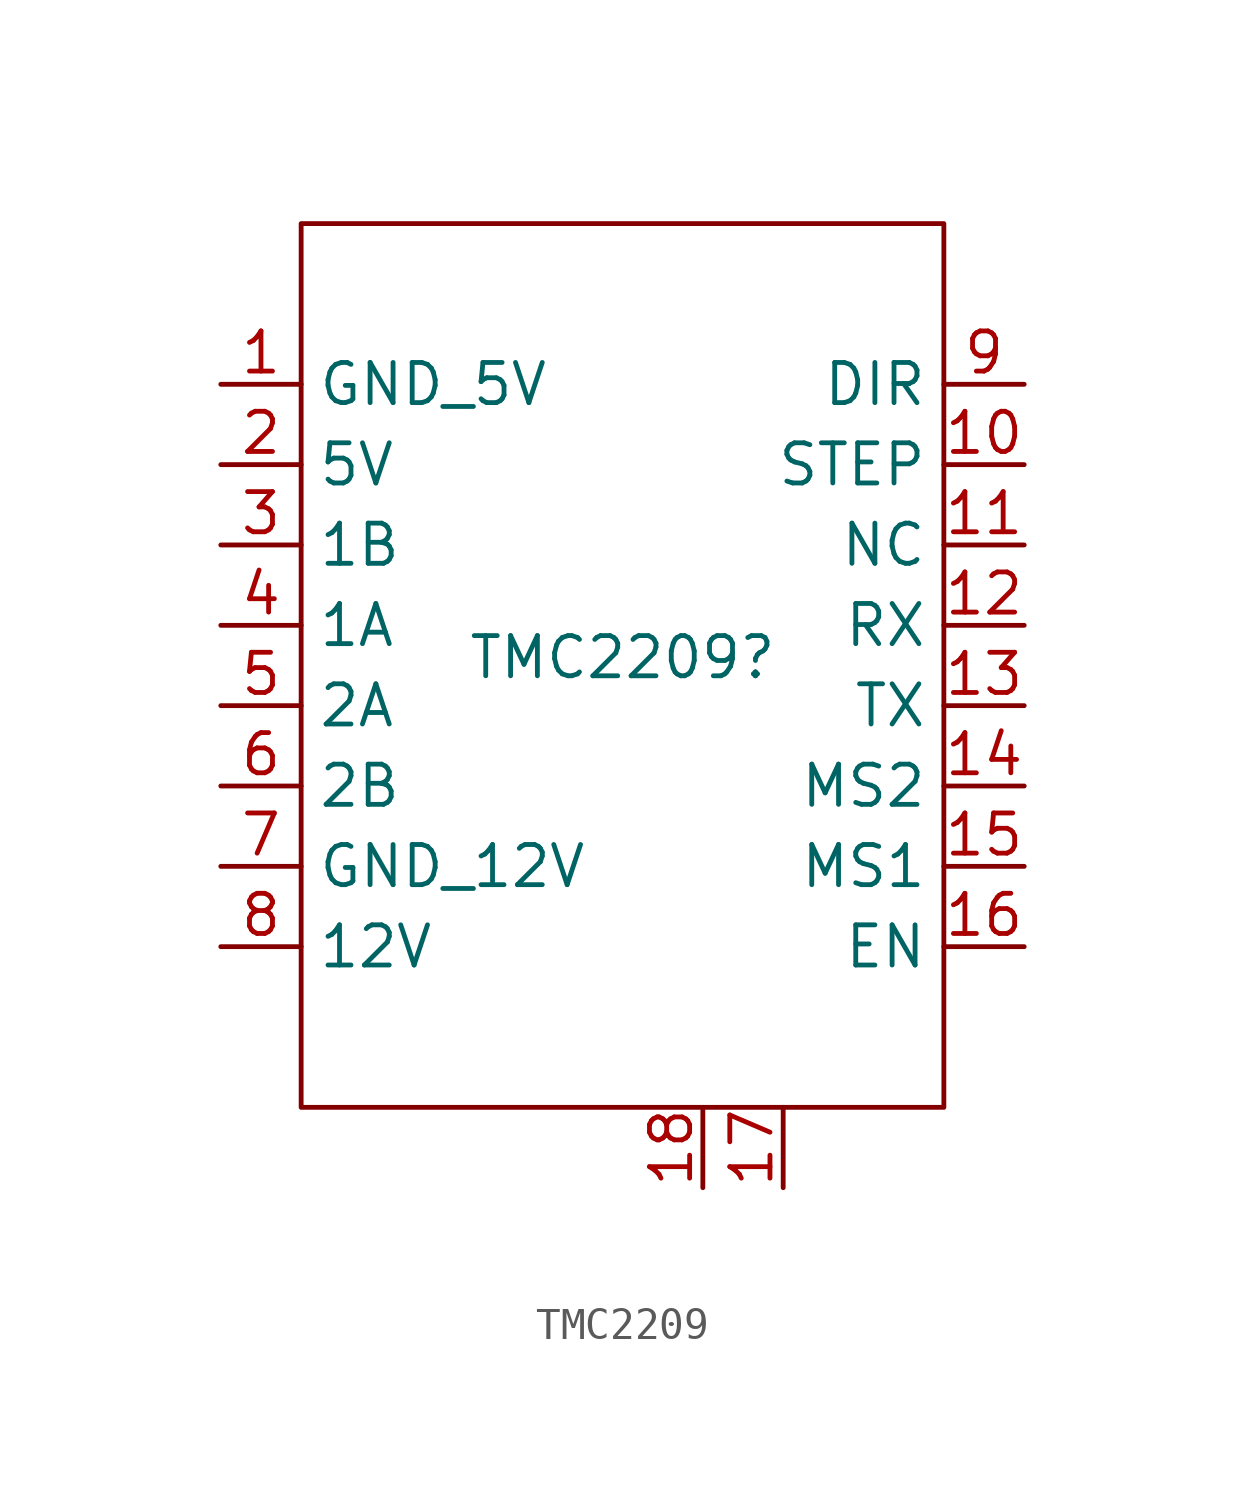
<source format=kicad_sym>
(kicad_symbol_lib
  (version 20231120)
  (generator "kicad_symbol_editor")
  (generator_version "8.0")
  (symbol "TMC2209"
    (property "Reference" "TMC2209"
      (at 0 1.524 0)
      (effects (font (size 1.27 1.27))))
    (property "Value" ""
      (at 0 1.27 0)
      (effects (font (size 1.27 1.27))))
    (symbol "TMC2209_0_1"
      (rectangle (start -10.16 15.24) (end 10.16 -12.7) (stroke (width 0) (type default)) (fill (type none))))
    (symbol "TMC2209_1_1"
      (pin power_in line (at -12.7 10.16 0) (length 2.54) (name "GND_5V" (effects (font (size 1.27 1.27)))) (number "1" (effects (font (size 1.27 1.27)))))
      (pin input line (at 12.7 7.62 180) (length 2.54) (name "STEP" (effects (font (size 1.27 1.27)))) (number "10" (effects (font (size 1.27 1.27)))))
      (pin unspecified line (at 12.7 5.08 180) (length 2.54) (name "NC" (effects (font (size 1.27 1.27)))) (number "11" (effects (font (size 1.27 1.27)))))
      (pin input line (at 12.7 2.54 180) (length 2.54) (name "RX" (effects (font (size 1.27 1.27)))) (number "12" (effects (font (size 1.27 1.27)))))
      (pin output line (at 12.7 0 180) (length 2.54) (name "TX" (effects (font (size 1.27 1.27)))) (number "13" (effects (font (size 1.27 1.27)))))
      (pin input line (at 12.7 -2.54 180) (length 2.54) (name "MS2" (effects (font (size 1.27 1.27)))) (number "14" (effects (font (size 1.27 1.27)))))
      (pin input line (at 12.7 -5.08 180) (length 2.54) (name "MS1" (effects (font (size 1.27 1.27)))) (number "15" (effects (font (size 1.27 1.27)))))
      (pin input line (at 12.7 -7.62 180) (length 2.54) (name "EN" (effects (font (size 1.27 1.27)))) (number "16" (effects (font (size 1.27 1.27)))))
      (pin unspecified line (at 5.08 -15.24 90) (length 2.54) (name "" (effects (font (size 1.27 1.27)))) (number "17" (effects (font (size 1.27 1.27)))))
      (pin unspecified line (at 2.54 -15.24 90) (length 2.54) (name "" (effects (font (size 1.27 1.27)))) (number "18" (effects (font (size 1.27 1.27)))))
      (pin power_in line (at -12.7 7.62 0) (length 2.54) (name "5V" (effects (font (size 1.27 1.27)))) (number "2" (effects (font (size 1.27 1.27)))))
      (pin output line (at -12.7 5.08 0) (length 2.54) (name "1B" (effects (font (size 1.27 1.27)))) (number "3" (effects (font (size 1.27 1.27)))))
      (pin output line (at -12.7 2.54 0) (length 2.54) (name "1A" (effects (font (size 1.27 1.27)))) (number "4" (effects (font (size 1.27 1.27)))))
      (pin output line (at -12.7 0 0) (length 2.54) (name "2A" (effects (font (size 1.27 1.27)))) (number "5" (effects (font (size 1.27 1.27)))))
      (pin output line (at -12.7 -2.54 0) (length 2.54) (name "2B" (effects (font (size 1.27 1.27)))) (number "6" (effects (font (size 1.27 1.27)))))
      (pin power_in line (at -12.7 -5.08 0) (length 2.54) (name "GND_12V" (effects (font (size 1.27 1.27)))) (number "7" (effects (font (size 1.27 1.27)))))
      (pin power_in line (at -12.7 -7.62 0) (length 2.54) (name "12V" (effects (font (size 1.27 1.27)))) (number "8" (effects (font (size 1.27 1.27)))))
      (pin input line (at 12.7 10.16 180) (length 2.54) (name "DIR" (effects (font (size 1.27 1.27)))) (number "9" (effects (font (size 1.27 1.27))))))))
</source>
